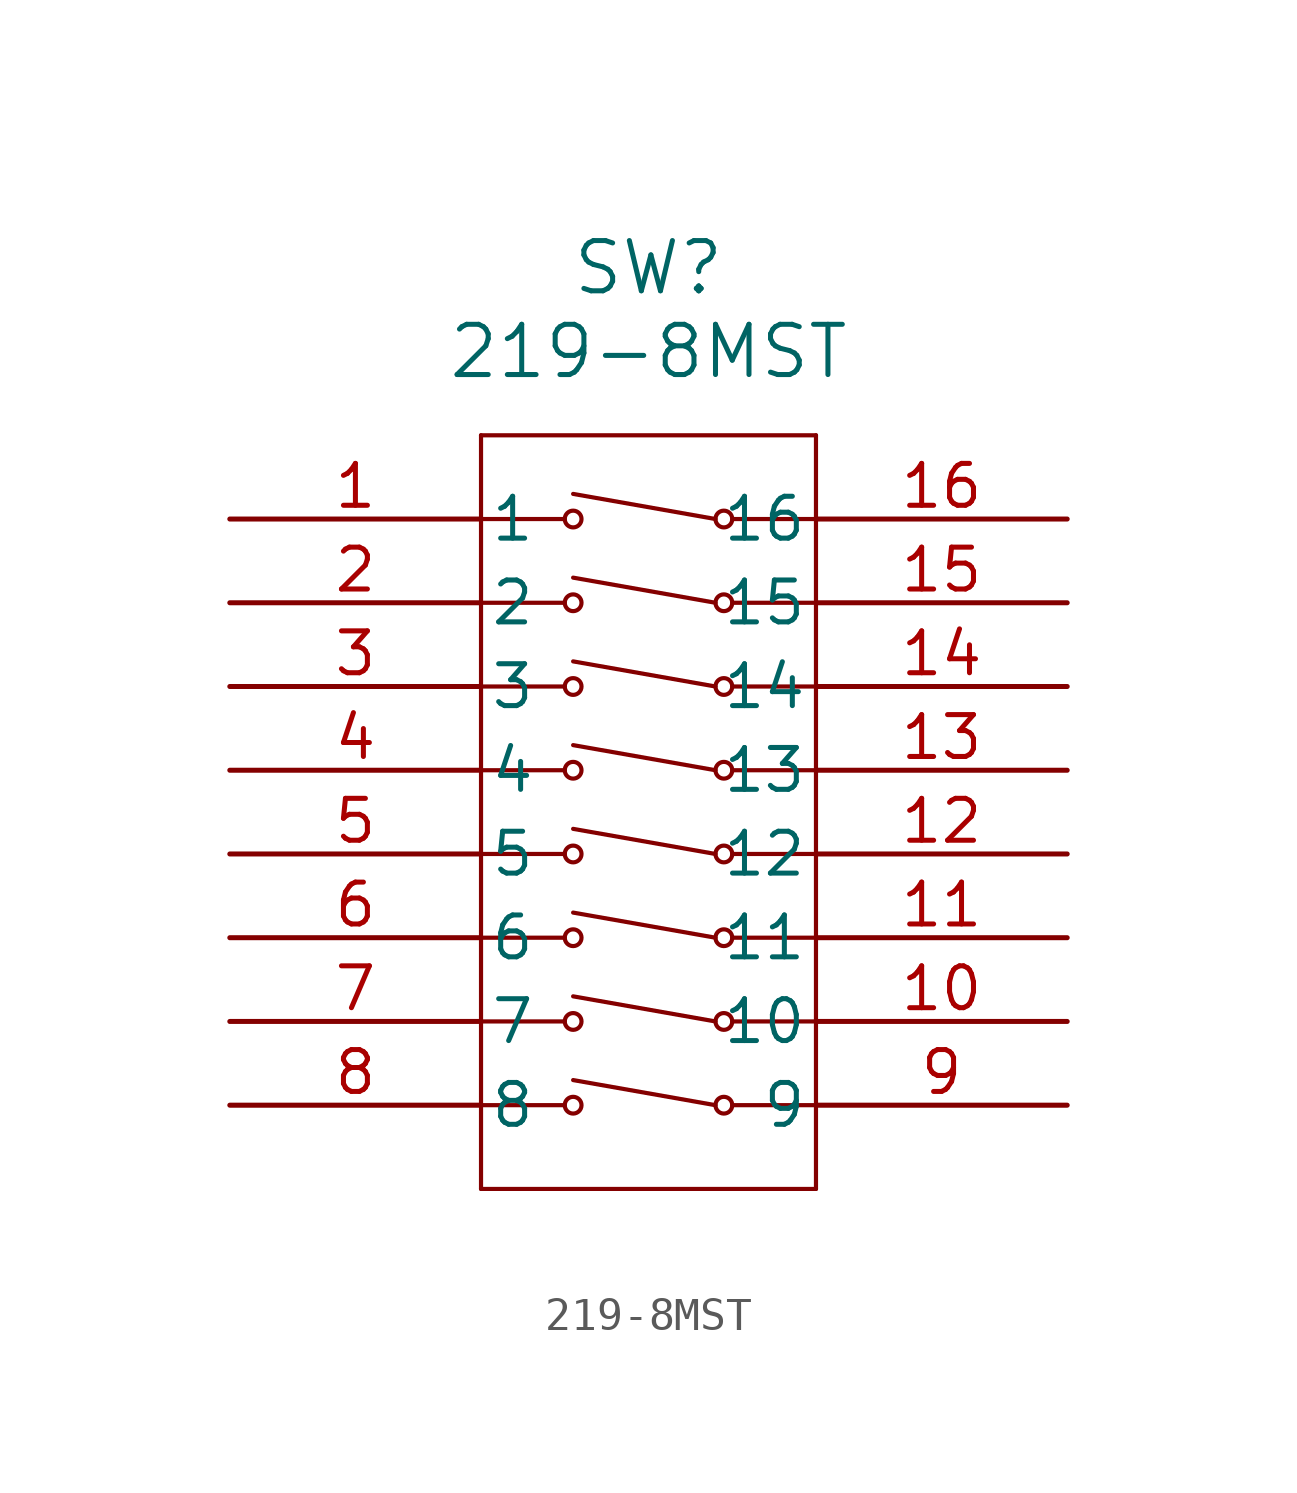
<source format=kicad_sym>
(kicad_symbol_lib
  (version 20211014)
  (generator kicad_symbol_editor)
  (symbol "219-8MST"
    (pin_names
      (offset 0.254))
    (property "Reference" "SW"
      (at 12.7 7.62 0)
      (effects (font (size 1.524 1.524))))
    (property "Value" "219-8MST"
      (at 12.7 5.08 0)
      (effects (font (size 1.524 1.524))))
    (symbol "219-8MST_0_1"
      (polyline (pts (xy 7.62 2.54) (xy 7.62 -20.32)) (stroke (width 0.127) (type default) (color 0 0 0 0)) (fill (type none)))
      (polyline (pts (xy 7.62 0) (xy 10.16 0)) (stroke (width 0.127) (type default) (color 0 0 0 0)) (fill (type none)))
      (polyline (pts (xy 17.78 -20.32) (xy 17.78 2.54)) (stroke (width 0.127) (type default) (color 0 0 0 0)) (fill (type none)))
      (polyline (pts (xy 17.78 2.54) (xy 7.62 2.54)) (stroke (width 0.127) (type default) (color 0 0 0 0)) (fill (type none)))
      (polyline (pts (xy 15.24 0) (xy 17.78 0)) (stroke (width 0.127) (type default) (color 0 0 0 0)) (fill (type none)))
      (circle (center 10.414 0) (radius 0.254) (stroke (width 0.127) (type default) (color 0 0 0 0)) (fill (type none)))
      (circle (center 14.986 0) (radius 0.254) (stroke (width 0.127) (type default) (color 0 0 0 0)) (fill (type none)))
      (polyline (pts (xy 14.732 0) (xy 10.414 0.762)) (stroke (width 0.127) (type default) (color 0 0 0 0)) (fill (type none)))
      (polyline (pts (xy 7.62 -20.32) (xy 17.78 -20.32)) (stroke (width 0.127) (type default) (color 0 0 0 0)) (fill (type none)))
      (polyline (pts (xy 7.62 -2.54) (xy 10.16 -2.54)) (stroke (width 0.127) (type default) (color 0 0 0 0)) (fill (type none)))
      (polyline (pts (xy 15.24 -2.54) (xy 17.78 -2.54)) (stroke (width 0.127) (type default) (color 0 0 0 0)) (fill (type none)))
      (circle (center 10.414 -2.54) (radius 0.254) (stroke (width 0.127) (type default) (color 0 0 0 0)) (fill (type none)))
      (circle (center 14.986 -2.54) (radius 0.254) (stroke (width 0.127) (type default) (color 0 0 0 0)) (fill (type none)))
      (polyline (pts (xy 14.732 -2.54) (xy 10.414 -1.778)) (stroke (width 0.127) (type default) (color 0 0 0 0)) (fill (type none)))
      (polyline (pts (xy 7.62 -5.08) (xy 10.16 -5.08)) (stroke (width 0.127) (type default) (color 0 0 0 0)) (fill (type none)))
      (polyline (pts (xy 15.24 -5.08) (xy 17.78 -5.08)) (stroke (width 0.127) (type default) (color 0 0 0 0)) (fill (type none)))
      (circle (center 10.414 -5.08) (radius 0.254) (stroke (width 0.127) (type default) (color 0 0 0 0)) (fill (type none)))
      (circle (center 14.986 -5.08) (radius 0.254) (stroke (width 0.127) (type default) (color 0 0 0 0)) (fill (type none)))
      (polyline (pts (xy 14.732 -5.08) (xy 10.414 -4.318)) (stroke (width 0.127) (type default) (color 0 0 0 0)) (fill (type none)))
      (polyline (pts (xy 7.62 -7.62) (xy 10.16 -7.62)) (stroke (width 0.127) (type default) (color 0 0 0 0)) (fill (type none)))
      (polyline (pts (xy 15.24 -7.62) (xy 17.78 -7.62)) (stroke (width 0.127) (type default) (color 0 0 0 0)) (fill (type none)))
      (circle (center 10.414 -7.62) (radius 0.254) (stroke (width 0.127) (type default) (color 0 0 0 0)) (fill (type none)))
      (circle (center 14.986 -7.62) (radius 0.254) (stroke (width 0.127) (type default) (color 0 0 0 0)) (fill (type none)))
      (polyline (pts (xy 14.732 -7.62) (xy 10.414 -6.858)) (stroke (width 0.127) (type default) (color 0 0 0 0)) (fill (type none)))
      (polyline (pts (xy 7.62 -10.16) (xy 10.16 -10.16)) (stroke (width 0.127) (type default) (color 0 0 0 0)) (fill (type none)))
      (polyline (pts (xy 15.24 -10.16) (xy 17.78 -10.16)) (stroke (width 0.127) (type default) (color 0 0 0 0)) (fill (type none)))
      (circle (center 10.414 -10.16) (radius 0.254) (stroke (width 0.127) (type default) (color 0 0 0 0)) (fill (type none)))
      (circle (center 14.986 -10.16) (radius 0.254) (stroke (width 0.127) (type default) (color 0 0 0 0)) (fill (type none)))
      (polyline (pts (xy 14.732 -10.16) (xy 10.414 -9.398)) (stroke (width 0.127) (type default) (color 0 0 0 0)) (fill (type none)))
      (polyline (pts (xy 7.62 -12.7) (xy 10.16 -12.7)) (stroke (width 0.127) (type default) (color 0 0 0 0)) (fill (type none)))
      (polyline (pts (xy 15.24 -12.7) (xy 17.78 -12.7)) (stroke (width 0.127) (type default) (color 0 0 0 0)) (fill (type none)))
      (circle (center 10.414 -12.7) (radius 0.254) (stroke (width 0.127) (type default) (color 0 0 0 0)) (fill (type none)))
      (circle (center 14.986 -12.7) (radius 0.254) (stroke (width 0.127) (type default) (color 0 0 0 0)) (fill (type none)))
      (polyline (pts (xy 14.732 -12.7) (xy 10.414 -11.938)) (stroke (width 0.127) (type default) (color 0 0 0 0)) (fill (type none)))
      (polyline (pts (xy 7.62 -15.24) (xy 10.16 -15.24)) (stroke (width 0.127) (type default) (color 0 0 0 0)) (fill (type none)))
      (polyline (pts (xy 15.24 -15.24) (xy 17.78 -15.24)) (stroke (width 0.127) (type default) (color 0 0 0 0)) (fill (type none)))
      (circle (center 10.414 -15.24) (radius 0.254) (stroke (width 0.127) (type default) (color 0 0 0 0)) (fill (type none)))
      (circle (center 14.986 -15.24) (radius 0.254) (stroke (width 0.127) (type default) (color 0 0 0 0)) (fill (type none)))
      (polyline (pts (xy 14.732 -15.24) (xy 10.414 -14.478)) (stroke (width 0.127) (type default) (color 0 0 0 0)) (fill (type none)))
      (polyline (pts (xy 7.62 -17.78) (xy 10.16 -17.78)) (stroke (width 0.127) (type default) (color 0 0 0 0)) (fill (type none)))
      (polyline (pts (xy 15.24 -17.78) (xy 17.78 -17.78)) (stroke (width 0.127) (type default) (color 0 0 0 0)) (fill (type none)))
      (circle (center 10.414 -17.78) (radius 0.254) (stroke (width 0.127) (type default) (color 0 0 0 0)) (fill (type none)))
      (circle (center 14.986 -17.78) (radius 0.254) (stroke (width 0.127) (type default) (color 0 0 0 0)) (fill (type none)))
      (polyline (pts (xy 14.732 -17.78) (xy 10.414 -17.018)) (stroke (width 0.127) (type default) (color 0 0 0 0)) (fill (type none)))
      (pin unspecified line (at 0 0 0) (length 7.62) (name "1" (effects (font (size 1.27 1.27)))) (number "1" (effects (font (size 1.27 1.27)))))
      (pin unspecified line (at 0 -2.54 0) (length 7.62) (name "2" (effects (font (size 1.27 1.27)))) (number "2" (effects (font (size 1.27 1.27)))))
      (pin unspecified line (at 0 -5.08 0) (length 7.62) (name "3" (effects (font (size 1.27 1.27)))) (number "3" (effects (font (size 1.27 1.27)))))
      (pin unspecified line (at 0 -7.62 0) (length 7.62) (name "4" (effects (font (size 1.27 1.27)))) (number "4" (effects (font (size 1.27 1.27)))))
      (pin unspecified line (at 0 -10.16 0) (length 7.62) (name "5" (effects (font (size 1.27 1.27)))) (number "5" (effects (font (size 1.27 1.27)))))
      (pin unspecified line (at 0 -12.7 0) (length 7.62) (name "6" (effects (font (size 1.27 1.27)))) (number "6" (effects (font (size 1.27 1.27)))))
      (pin unspecified line (at 0 -15.24 0) (length 7.62) (name "7" (effects (font (size 1.27 1.27)))) (number "7" (effects (font (size 1.27 1.27)))))
      (pin unspecified line (at 0 -17.78 0) (length 7.62) (name "8" (effects (font (size 1.27 1.27)))) (number "8" (effects (font (size 1.27 1.27)))))
      (pin unspecified line (at 25.4 -17.78 180) (length 7.62) (name "9" (effects (font (size 1.27 1.27)))) (number "9" (effects (font (size 1.27 1.27)))))
      (pin unspecified line (at 25.4 -15.24 180) (length 7.62) (name "10" (effects (font (size 1.27 1.27)))) (number "10" (effects (font (size 1.27 1.27)))))
      (pin unspecified line (at 25.4 -12.7 180) (length 7.62) (name "11" (effects (font (size 1.27 1.27)))) (number "11" (effects (font (size 1.27 1.27)))))
      (pin unspecified line (at 25.4 -10.16 180) (length 7.62) (name "12" (effects (font (size 1.27 1.27)))) (number "12" (effects (font (size 1.27 1.27)))))
      (pin unspecified line (at 25.4 -7.62 180) (length 7.62) (name "13" (effects (font (size 1.27 1.27)))) (number "13" (effects (font (size 1.27 1.27)))))
      (pin unspecified line (at 25.4 -5.08 180) (length 7.62) (name "14" (effects (font (size 1.27 1.27)))) (number "14" (effects (font (size 1.27 1.27)))))
      (pin unspecified line (at 25.4 -2.54 180) (length 7.62) (name "15" (effects (font (size 1.27 1.27)))) (number "15" (effects (font (size 1.27 1.27)))))
      (pin unspecified line (at 25.4 0 180) (length 7.62) (name "16" (effects (font (size 1.27 1.27)))) (number "16" (effects (font (size 1.27 1.27))))))))
</source>
